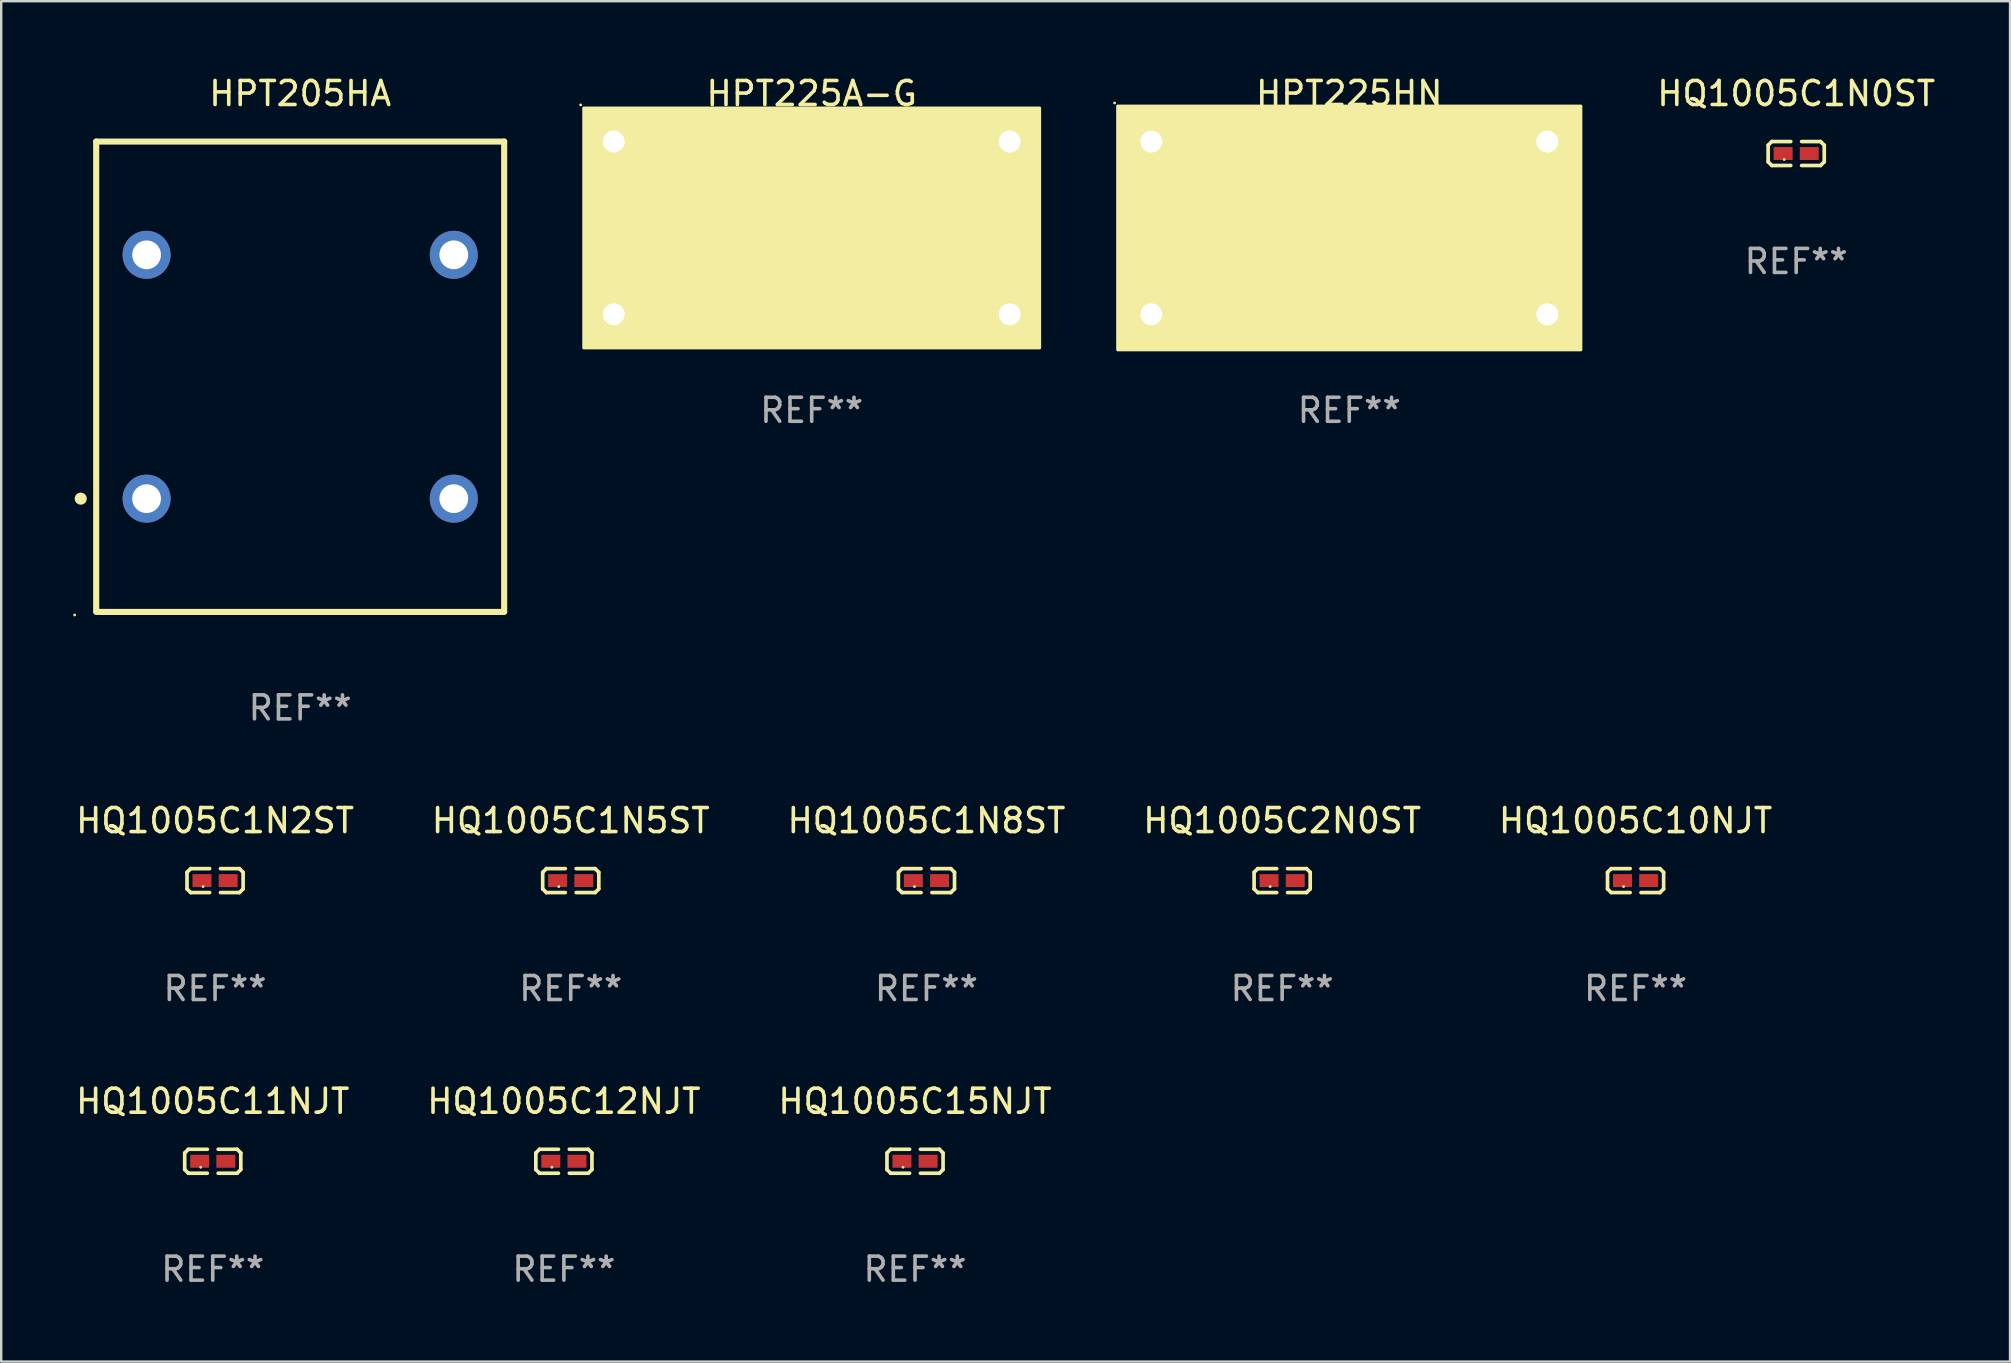
<source format=kicad_pcb>
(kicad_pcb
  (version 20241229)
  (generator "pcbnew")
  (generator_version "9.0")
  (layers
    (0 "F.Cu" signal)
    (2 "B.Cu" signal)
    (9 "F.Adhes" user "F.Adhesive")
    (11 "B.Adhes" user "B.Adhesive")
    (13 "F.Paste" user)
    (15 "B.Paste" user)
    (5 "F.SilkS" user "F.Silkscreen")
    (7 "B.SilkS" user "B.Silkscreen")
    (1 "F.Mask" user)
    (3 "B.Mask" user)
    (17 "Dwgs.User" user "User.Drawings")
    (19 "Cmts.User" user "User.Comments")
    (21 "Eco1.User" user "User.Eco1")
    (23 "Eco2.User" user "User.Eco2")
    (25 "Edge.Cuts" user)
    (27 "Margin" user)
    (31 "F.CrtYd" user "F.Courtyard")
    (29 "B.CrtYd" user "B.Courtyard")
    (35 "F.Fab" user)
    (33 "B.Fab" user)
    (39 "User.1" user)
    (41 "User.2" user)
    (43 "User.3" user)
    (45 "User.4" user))
  (footprint "HPT225HN"
    (layer "F.Cu")
    (at 53.171 6.448)
    (property "Reference" "HPT225HN" (at 0 -5.6 0) (layer "F.SilkS") (effects (font (size 1 1) (thickness 0.15))))
    (attr through_hole)
    (fp_circle (center -9.779 -5.207) (end -9.749 -5.207) (stroke (width 0.06) (type solid)) (fill no) (layer "F.SilkS"))
    (fp_poly (pts (xy -9.652 -5.08) (xy 9.652 -5.08) (xy 9.652 5.08) (xy -9.652 5.08)) (stroke (width 0.12) (type solid)) (fill yes) (layer "F.SilkS"))
    (fp_text user "REF**" (at 0 7.6 0) (layer "F.Fab") (effects (font (size 1 1) (thickness 0.15))))
    (pad "1" thru_hole rect (at -8.25 -3.6) (size 1.524 1.524) (drill 0.914) (layers "*.Cu" "*.Mask"))
    (pad "2" thru_hole circle (at -8.25 3.6) (size 1.524 1.524) (drill 0.914) (layers "*.Cu" "*.Mask"))
    (pad "3" thru_hole circle (at 8.25 3.6) (size 1.524 1.524) (drill 0.914) (layers "*.Cu" "*.Mask"))
    (pad "4" thru_hole rect (at 8.25 -3.6) (size 1.524 1.524) (drill 0.914) (layers "*.Cu" "*.Mask")))
  (footprint "HQ1005C1N2ST"
    (layer "F.Cu")
    (at 5.911 33.643)
    (property "Reference" "HQ1005C1N2ST" (at 0 -2.499 0) (layer "F.SilkS") (effects (font (size 1 1) (thickness 0.15))))
    (attr through_hole)
    (fp_line (start -1.169 -0.346) (end -1.016 -0.499) (stroke (width 0.152) (type solid)) (layer "F.SilkS"))
    (fp_line (start -1.169 0.346) (end -1.169 -0.346) (stroke (width 0.152) (type solid)) (layer "F.SilkS"))
    (fp_line (start -1.016 -0.499) (end -0.226 -0.499) (stroke (width 0.152) (type solid)) (layer "F.SilkS"))
    (fp_line (start -1.016 0.499) (end -1.169 0.346) (stroke (width 0.152) (type solid)) (layer "F.SilkS"))
    (fp_line (start -0.226 0.499) (end -1.016 0.499) (stroke (width 0.152) (type solid)) (layer "F.SilkS"))
    (fp_line (start 0.226 0.499) (end 1.016 0.499) (stroke (width 0.152) (type solid)) (layer "F.SilkS"))
    (fp_line (start 1.016 -0.499) (end 0.226 -0.499) (stroke (width 0.152) (type solid)) (layer "F.SilkS"))
    (fp_line (start 1.016 0.499) (end 1.169 0.346) (stroke (width 0.152) (type solid)) (layer "F.SilkS"))
    (fp_line (start 1.169 -0.346) (end 1.016 -0.499) (stroke (width 0.152) (type solid)) (layer "F.SilkS"))
    (fp_line (start 1.169 0.346) (end 1.169 -0.346) (stroke (width 0.152) (type solid)) (layer "F.SilkS"))
    (fp_circle (center -0.5 0.25) (end -0.47 0.25) (stroke (width 0.06) (type solid)) (fill no) (layer "F.SilkS"))
    (fp_text user "REF**" (at 0 4.499 0) (layer "F.Fab") (effects (font (size 1 1) (thickness 0.15))))
    (pad "1" smd rect (at -0.545 0) (size 0.79 0.54) (layers "F.Cu" "F.Mask" "F.Paste"))
    (pad "2" smd rect (at 0.545 0) (size 0.79 0.54) (layers "F.Cu" "F.Mask" "F.Paste")))
  (footprint "HQ1005C15NJT"
    (layer "F.Cu")
    (at 35.077 45.337)
    (property "Reference" "HQ1005C15NJT" (at 0 -2.499 0) (layer "F.SilkS") (effects (font (size 1 1) (thickness 0.15))))
    (attr through_hole)
    (fp_line (start -1.169 -0.346) (end -1.016 -0.499) (stroke (width 0.152) (type solid)) (layer "F.SilkS"))
    (fp_line (start -1.169 0.346) (end -1.169 -0.346) (stroke (width 0.152) (type solid)) (layer "F.SilkS"))
    (fp_line (start -1.016 -0.499) (end -0.226 -0.499) (stroke (width 0.152) (type solid)) (layer "F.SilkS"))
    (fp_line (start -1.016 0.499) (end -1.169 0.346) (stroke (width 0.152) (type solid)) (layer "F.SilkS"))
    (fp_line (start -0.226 0.499) (end -1.016 0.499) (stroke (width 0.152) (type solid)) (layer "F.SilkS"))
    (fp_line (start 0.226 0.499) (end 1.016 0.499) (stroke (width 0.152) (type solid)) (layer "F.SilkS"))
    (fp_line (start 1.016 -0.499) (end 0.226 -0.499) (stroke (width 0.152) (type solid)) (layer "F.SilkS"))
    (fp_line (start 1.016 0.499) (end 1.169 0.346) (stroke (width 0.152) (type solid)) (layer "F.SilkS"))
    (fp_line (start 1.169 -0.346) (end 1.016 -0.499) (stroke (width 0.152) (type solid)) (layer "F.SilkS"))
    (fp_line (start 1.169 0.346) (end 1.169 -0.346) (stroke (width 0.152) (type solid)) (layer "F.SilkS"))
    (fp_circle (center -0.5 0.25) (end -0.47 0.25) (stroke (width 0.06) (type solid)) (fill no) (layer "F.SilkS"))
    (fp_text user "REF**" (at 0 4.499 0) (layer "F.Fab") (effects (font (size 1 1) (thickness 0.15))))
    (pad "1" smd rect (at -0.545 0) (size 0.79 0.54) (layers "F.Cu" "F.Mask" "F.Paste"))
    (pad "2" smd rect (at 0.545 0) (size 0.79 0.54) (layers "F.Cu" "F.Mask" "F.Paste")))
  (footprint "HQ1005C12NJT"
    (layer "F.Cu")
    (at 20.446 45.337)
    (property "Reference" "HQ1005C12NJT" (at 0 -2.499 0) (layer "F.SilkS") (effects (font (size 1 1) (thickness 0.15))))
    (attr through_hole)
    (fp_line (start -1.169 -0.346) (end -1.016 -0.499) (stroke (width 0.152) (type solid)) (layer "F.SilkS"))
    (fp_line (start -1.169 0.346) (end -1.169 -0.346) (stroke (width 0.152) (type solid)) (layer "F.SilkS"))
    (fp_line (start -1.016 -0.499) (end -0.226 -0.499) (stroke (width 0.152) (type solid)) (layer "F.SilkS"))
    (fp_line (start -1.016 0.499) (end -1.169 0.346) (stroke (width 0.152) (type solid)) (layer "F.SilkS"))
    (fp_line (start -0.226 0.499) (end -1.016 0.499) (stroke (width 0.152) (type solid)) (layer "F.SilkS"))
    (fp_line (start 0.226 0.499) (end 1.016 0.499) (stroke (width 0.152) (type solid)) (layer "F.SilkS"))
    (fp_line (start 1.016 -0.499) (end 0.226 -0.499) (stroke (width 0.152) (type solid)) (layer "F.SilkS"))
    (fp_line (start 1.016 0.499) (end 1.169 0.346) (stroke (width 0.152) (type solid)) (layer "F.SilkS"))
    (fp_line (start 1.169 -0.346) (end 1.016 -0.499) (stroke (width 0.152) (type solid)) (layer "F.SilkS"))
    (fp_line (start 1.169 0.346) (end 1.169 -0.346) (stroke (width 0.152) (type solid)) (layer "F.SilkS"))
    (fp_circle (center -0.5 0.25) (end -0.47 0.25) (stroke (width 0.06) (type solid)) (fill no) (layer "F.SilkS"))
    (fp_text user "REF**" (at 0 4.499 0) (layer "F.Fab") (effects (font (size 1 1) (thickness 0.15))))
    (pad "1" smd rect (at -0.545 0) (size 0.79 0.54) (layers "F.Cu" "F.Mask" "F.Paste"))
    (pad "2" smd rect (at 0.545 0) (size 0.79 0.54) (layers "F.Cu" "F.Mask" "F.Paste")))
  (footprint "HQ1005C2N0ST"
    (layer "F.Cu")
    (at 50.375 33.643)
    (property "Reference" "HQ1005C2N0ST" (at 0 -2.499 0) (layer "F.SilkS") (effects (font (size 1 1) (thickness 0.15))))
    (attr through_hole)
    (fp_line (start -1.169 -0.346) (end -1.016 -0.499) (stroke (width 0.152) (type solid)) (layer "F.SilkS"))
    (fp_line (start -1.169 0.346) (end -1.169 -0.346) (stroke (width 0.152) (type solid)) (layer "F.SilkS"))
    (fp_line (start -1.016 -0.499) (end -0.226 -0.499) (stroke (width 0.152) (type solid)) (layer "F.SilkS"))
    (fp_line (start -1.016 0.499) (end -1.169 0.346) (stroke (width 0.152) (type solid)) (layer "F.SilkS"))
    (fp_line (start -0.226 0.499) (end -1.016 0.499) (stroke (width 0.152) (type solid)) (layer "F.SilkS"))
    (fp_line (start 0.226 0.499) (end 1.016 0.499) (stroke (width 0.152) (type solid)) (layer "F.SilkS"))
    (fp_line (start 1.016 -0.499) (end 0.226 -0.499) (stroke (width 0.152) (type solid)) (layer "F.SilkS"))
    (fp_line (start 1.016 0.499) (end 1.169 0.346) (stroke (width 0.152) (type solid)) (layer "F.SilkS"))
    (fp_line (start 1.169 -0.346) (end 1.016 -0.499) (stroke (width 0.152) (type solid)) (layer "F.SilkS"))
    (fp_line (start 1.169 0.346) (end 1.169 -0.346) (stroke (width 0.152) (type solid)) (layer "F.SilkS"))
    (fp_circle (center -0.5 0.25) (end -0.47 0.25) (stroke (width 0.06) (type solid)) (fill no) (layer "F.SilkS"))
    (fp_text user "REF**" (at 0 4.499 0) (layer "F.Fab") (effects (font (size 1 1) (thickness 0.15))))
    (pad "1" smd rect (at -0.545 0) (size 0.79 0.54) (layers "F.Cu" "F.Mask" "F.Paste"))
    (pad "2" smd rect (at 0.545 0) (size 0.79 0.54) (layers "F.Cu" "F.Mask" "F.Paste")))
  (footprint "HQ1005C11NJT"
    (layer "F.Cu")
    (at 5.815 45.337)
    (property "Reference" "HQ1005C11NJT" (at 0 -2.499 0) (layer "F.SilkS") (effects (font (size 1 1) (thickness 0.15))))
    (attr through_hole)
    (fp_line (start -1.169 -0.346) (end -1.016 -0.499) (stroke (width 0.152) (type solid)) (layer "F.SilkS"))
    (fp_line (start -1.169 0.346) (end -1.169 -0.346) (stroke (width 0.152) (type solid)) (layer "F.SilkS"))
    (fp_line (start -1.016 -0.499) (end -0.226 -0.499) (stroke (width 0.152) (type solid)) (layer "F.SilkS"))
    (fp_line (start -1.016 0.499) (end -1.169 0.346) (stroke (width 0.152) (type solid)) (layer "F.SilkS"))
    (fp_line (start -0.226 0.499) (end -1.016 0.499) (stroke (width 0.152) (type solid)) (layer "F.SilkS"))
    (fp_line (start 0.226 0.499) (end 1.016 0.499) (stroke (width 0.152) (type solid)) (layer "F.SilkS"))
    (fp_line (start 1.016 -0.499) (end 0.226 -0.499) (stroke (width 0.152) (type solid)) (layer "F.SilkS"))
    (fp_line (start 1.016 0.499) (end 1.169 0.346) (stroke (width 0.152) (type solid)) (layer "F.SilkS"))
    (fp_line (start 1.169 -0.346) (end 1.016 -0.499) (stroke (width 0.152) (type solid)) (layer "F.SilkS"))
    (fp_line (start 1.169 0.346) (end 1.169 -0.346) (stroke (width 0.152) (type solid)) (layer "F.SilkS"))
    (fp_circle (center -0.5 0.25) (end -0.47 0.25) (stroke (width 0.06) (type solid)) (fill no) (layer "F.SilkS"))
    (fp_text user "REF**" (at 0 4.499 0) (layer "F.Fab") (effects (font (size 1 1) (thickness 0.15))))
    (pad "1" smd rect (at -0.545 0) (size 0.79 0.54) (layers "F.Cu" "F.Mask" "F.Paste"))
    (pad "2" smd rect (at 0.545 0) (size 0.79 0.54) (layers "F.Cu" "F.Mask" "F.Paste")))
  (footprint "HPT205HA"
    (layer "F.Cu")
    (at 9.458 12.648)
    (property "Reference" "HPT205HA" (at 0 -11.8 0) (layer "F.SilkS") (effects (font (size 1 1) (thickness 0.15))))
    (attr through_hole)
    (fp_line (start -8.5 -9.8) (end -8.5 9.779) (stroke (width 0.254) (type solid)) (layer "F.SilkS"))
    (fp_line (start -8.5 -9.8) (end 8.5 -9.8) (stroke (width 0.254) (type solid)) (layer "F.SilkS"))
    (fp_line (start -8.5 9.8) (end 8.5 9.8) (stroke (width 0.254) (type solid)) (layer "F.SilkS"))
    (fp_line (start 8.5 -9.8) (end 8.5 9.779) (stroke (width 0.254) (type solid)) (layer "F.SilkS"))
    (fp_circle (center -9.398 9.927) (end -9.368 9.927) (stroke (width 0.06) (type solid)) (fill no) (layer "F.SilkS"))
    (fp_circle (center -9.144 5.08) (end -9.017 5.08) (stroke (width 0.254) (type solid)) (fill no) (layer "F.SilkS"))
    (fp_text user "REF**" (at 0 13.8 0) (layer "F.Fab") (effects (font (size 1 1) (thickness 0.15))))
    (pad "1" thru_hole circle (at -6.4 5.08) (size 2 2) (drill 1.2) (layers "*.Cu" "*.Mask"))
    (pad "2" thru_hole circle (at 6.4 5.08) (size 2 2) (drill 1.2) (layers "*.Cu" "*.Mask"))
    (pad "3" thru_hole circle (at -6.4 -5.08) (size 2 2) (drill 1.2) (layers "*.Cu" "*.Mask"))
    (pad "4" thru_hole circle (at 6.4 -5.08) (size 2 2) (drill 1.2) (layers "*.Cu" "*.Mask")))
  (footprint "HQ1005C1N5ST"
    (layer "F.Cu")
    (at 20.732 33.643)
    (property "Reference" "HQ1005C1N5ST" (at 0 -2.499 0) (layer "F.SilkS") (effects (font (size 1 1) (thickness 0.15))))
    (attr through_hole)
    (fp_line (start -1.169 -0.346) (end -1.016 -0.499) (stroke (width 0.152) (type solid)) (layer "F.SilkS"))
    (fp_line (start -1.169 0.346) (end -1.169 -0.346) (stroke (width 0.152) (type solid)) (layer "F.SilkS"))
    (fp_line (start -1.016 -0.499) (end -0.226 -0.499) (stroke (width 0.152) (type solid)) (layer "F.SilkS"))
    (fp_line (start -1.016 0.499) (end -1.169 0.346) (stroke (width 0.152) (type solid)) (layer "F.SilkS"))
    (fp_line (start -0.226 0.499) (end -1.016 0.499) (stroke (width 0.152) (type solid)) (layer "F.SilkS"))
    (fp_line (start 0.226 0.499) (end 1.016 0.499) (stroke (width 0.152) (type solid)) (layer "F.SilkS"))
    (fp_line (start 1.016 -0.499) (end 0.226 -0.499) (stroke (width 0.152) (type solid)) (layer "F.SilkS"))
    (fp_line (start 1.016 0.499) (end 1.169 0.346) (stroke (width 0.152) (type solid)) (layer "F.SilkS"))
    (fp_line (start 1.169 -0.346) (end 1.016 -0.499) (stroke (width 0.152) (type solid)) (layer "F.SilkS"))
    (fp_line (start 1.169 0.346) (end 1.169 -0.346) (stroke (width 0.152) (type solid)) (layer "F.SilkS"))
    (fp_circle (center -0.5 0.25) (end -0.47 0.25) (stroke (width 0.06) (type solid)) (fill no) (layer "F.SilkS"))
    (fp_text user "REF**" (at 0 4.499 0) (layer "F.Fab") (effects (font (size 1 1) (thickness 0.15))))
    (pad "1" smd rect (at -0.545 0) (size 0.79 0.54) (layers "F.Cu" "F.Mask" "F.Paste"))
    (pad "2" smd rect (at 0.545 0) (size 0.79 0.54) (layers "F.Cu" "F.Mask" "F.Paste")))
  (footprint "HQ1005C1N0ST"
    (layer "F.Cu")
    (at 71.794 3.347)
    (property "Reference" "HQ1005C1N0ST" (at 0 -2.499 0) (layer "F.SilkS") (effects (font (size 1 1) (thickness 0.15))))
    (attr through_hole)
    (fp_line (start -1.169 -0.346) (end -1.016 -0.499) (stroke (width 0.152) (type solid)) (layer "F.SilkS"))
    (fp_line (start -1.169 0.346) (end -1.169 -0.346) (stroke (width 0.152) (type solid)) (layer "F.SilkS"))
    (fp_line (start -1.016 -0.499) (end -0.226 -0.499) (stroke (width 0.152) (type solid)) (layer "F.SilkS"))
    (fp_line (start -1.016 0.499) (end -1.169 0.346) (stroke (width 0.152) (type solid)) (layer "F.SilkS"))
    (fp_line (start -0.226 0.499) (end -1.016 0.499) (stroke (width 0.152) (type solid)) (layer "F.SilkS"))
    (fp_line (start 0.226 0.499) (end 1.016 0.499) (stroke (width 0.152) (type solid)) (layer "F.SilkS"))
    (fp_line (start 1.016 -0.499) (end 0.226 -0.499) (stroke (width 0.152) (type solid)) (layer "F.SilkS"))
    (fp_line (start 1.016 0.499) (end 1.169 0.346) (stroke (width 0.152) (type solid)) (layer "F.SilkS"))
    (fp_line (start 1.169 -0.346) (end 1.016 -0.499) (stroke (width 0.152) (type solid)) (layer "F.SilkS"))
    (fp_line (start 1.169 0.346) (end 1.169 -0.346) (stroke (width 0.152) (type solid)) (layer "F.SilkS"))
    (fp_circle (center -0.5 0.25) (end -0.47 0.25) (stroke (width 0.06) (type solid)) (fill no) (layer "F.SilkS"))
    (fp_text user "REF**" (at 0 4.499 0) (layer "F.Fab") (effects (font (size 1 1) (thickness 0.15))))
    (pad "1" smd rect (at -0.545 0) (size 0.79 0.54) (layers "F.Cu" "F.Mask" "F.Paste"))
    (pad "2" smd rect (at 0.545 0) (size 0.79 0.54) (layers "F.Cu" "F.Mask" "F.Paste")))
  (footprint "HQ1005C10NJT"
    (layer "F.Cu")
    (at 65.101 33.643)
    (property "Reference" "HQ1005C10NJT" (at 0 -2.499 0) (layer "F.SilkS") (effects (font (size 1 1) (thickness 0.15))))
    (attr through_hole)
    (fp_line (start -1.169 -0.346) (end -1.016 -0.499) (stroke (width 0.152) (type solid)) (layer "F.SilkS"))
    (fp_line (start -1.169 0.346) (end -1.169 -0.346) (stroke (width 0.152) (type solid)) (layer "F.SilkS"))
    (fp_line (start -1.016 -0.499) (end -0.226 -0.499) (stroke (width 0.152) (type solid)) (layer "F.SilkS"))
    (fp_line (start -1.016 0.499) (end -1.169 0.346) (stroke (width 0.152) (type solid)) (layer "F.SilkS"))
    (fp_line (start -0.226 0.499) (end -1.016 0.499) (stroke (width 0.152) (type solid)) (layer "F.SilkS"))
    (fp_line (start 0.226 0.499) (end 1.016 0.499) (stroke (width 0.152) (type solid)) (layer "F.SilkS"))
    (fp_line (start 1.016 -0.499) (end 0.226 -0.499) (stroke (width 0.152) (type solid)) (layer "F.SilkS"))
    (fp_line (start 1.016 0.499) (end 1.169 0.346) (stroke (width 0.152) (type solid)) (layer "F.SilkS"))
    (fp_line (start 1.169 -0.346) (end 1.016 -0.499) (stroke (width 0.152) (type solid)) (layer "F.SilkS"))
    (fp_line (start 1.169 0.346) (end 1.169 -0.346) (stroke (width 0.152) (type solid)) (layer "F.SilkS"))
    (fp_circle (center -0.5 0.25) (end -0.47 0.25) (stroke (width 0.06) (type solid)) (fill no) (layer "F.SilkS"))
    (fp_text user "REF**" (at 0 4.499 0) (layer "F.Fab") (effects (font (size 1 1) (thickness 0.15))))
    (pad "1" smd rect (at -0.545 0) (size 0.79 0.54) (layers "F.Cu" "F.Mask" "F.Paste"))
    (pad "2" smd rect (at 0.545 0) (size 0.79 0.54) (layers "F.Cu" "F.Mask" "F.Paste")))
  (footprint "HQ1005C1N8ST"
    (layer "F.Cu")
    (at 35.554 33.643)
    (property "Reference" "HQ1005C1N8ST" (at 0 -2.499 0) (layer "F.SilkS") (effects (font (size 1 1) (thickness 0.15))))
    (attr through_hole)
    (fp_line (start -1.169 -0.346) (end -1.016 -0.499) (stroke (width 0.152) (type solid)) (layer "F.SilkS"))
    (fp_line (start -1.169 0.346) (end -1.169 -0.346) (stroke (width 0.152) (type solid)) (layer "F.SilkS"))
    (fp_line (start -1.016 -0.499) (end -0.226 -0.499) (stroke (width 0.152) (type solid)) (layer "F.SilkS"))
    (fp_line (start -1.016 0.499) (end -1.169 0.346) (stroke (width 0.152) (type solid)) (layer "F.SilkS"))
    (fp_line (start -0.226 0.499) (end -1.016 0.499) (stroke (width 0.152) (type solid)) (layer "F.SilkS"))
    (fp_line (start 0.226 0.499) (end 1.016 0.499) (stroke (width 0.152) (type solid)) (layer "F.SilkS"))
    (fp_line (start 1.016 -0.499) (end 0.226 -0.499) (stroke (width 0.152) (type solid)) (layer "F.SilkS"))
    (fp_line (start 1.016 0.499) (end 1.169 0.346) (stroke (width 0.152) (type solid)) (layer "F.SilkS"))
    (fp_line (start 1.169 -0.346) (end 1.016 -0.499) (stroke (width 0.152) (type solid)) (layer "F.SilkS"))
    (fp_line (start 1.169 0.346) (end 1.169 -0.346) (stroke (width 0.152) (type solid)) (layer "F.SilkS"))
    (fp_circle (center -0.5 0.25) (end -0.47 0.25) (stroke (width 0.06) (type solid)) (fill no) (layer "F.SilkS"))
    (fp_text user "REF**" (at 0 4.499 0) (layer "F.Fab") (effects (font (size 1 1) (thickness 0.15))))
    (pad "1" smd rect (at -0.545 0) (size 0.79 0.54) (layers "F.Cu" "F.Mask" "F.Paste"))
    (pad "2" smd rect (at 0.545 0) (size 0.79 0.54) (layers "F.Cu" "F.Mask" "F.Paste")))
  (footprint "HPT225A-G"
    (layer "F.Cu")
    (at 30.772 6.448)
    (property "Reference" "HPT225A-G" (at 0 -5.6 0) (layer "F.SilkS") (effects (font (size 1 1) (thickness 0.15))))
    (attr through_hole)
    (fp_arc (start -7.937516 -0.635001) (mid -8.08742 -1.270003) (end -7.937516 -1.905004) (stroke (width 0.254001) (type solid)) (layer "F.SilkS"))
    (fp_arc (start -7.937516 0.635002) (mid -8.08742 0) (end -7.937516 -0.635001) (stroke (width 0.254001) (type solid)) (layer "F.SilkS"))
    (fp_arc (start -7.937516 1.905004) (mid -8.087419 1.270003) (end -7.937516 0.635001) (stroke (width 0.254001) (type solid)) (layer "F.SilkS"))
    (fp_arc (start 8.572517 -0.635001) (mid 8.422613 -1.270003) (end 8.572517 -1.905004) (stroke (width 0.254001) (type solid)) (layer "F.SilkS"))
    (fp_arc (start 8.572517 0.635002) (mid 8.422613 0) (end 8.572517 -0.635001) (stroke (width 0.254001) (type solid)) (layer "F.SilkS"))
    (fp_arc (start 8.572517 1.905004) (mid 8.422614 1.270003) (end 8.572517 0.635001) (stroke (width 0.254001) (type solid)) (layer "F.SilkS"))
    (fp_circle (center -9.627 -5.127) (end -9.597 -5.127) (stroke (width 0.06) (type solid)) (fill no) (layer "F.SilkS"))
    (fp_circle (center -6.35 -2.54) (end -6.066 -2.54) (stroke (width 0.254) (type solid)) (fill no) (layer "F.SilkS"))
    (fp_circle (center 6.35 -2.54) (end 6.634 -2.54) (stroke (width 0.254) (type solid)) (fill no) (layer "F.SilkS"))
    (fp_poly (pts (xy -9.5 -5) (xy 9.5 -5) (xy 9.5 5) (xy -9.5 5)) (stroke (width 0.12) (type solid)) (fill yes) (layer "F.SilkS"))
    (fp_text user "REF**" (at 0 7.6 0) (layer "F.Fab") (effects (font (size 1 1) (thickness 0.15))))
    (pad "1" thru_hole circle (at -8.25 -3.6) (size 1.524 1.524) (drill 0.914) (layers "*.Cu" "*.Mask"))
    (pad "2" thru_hole circle (at -8.25 3.6) (size 1.524 1.524) (drill 0.914) (layers "*.Cu" "*.Mask"))
    (pad "3" thru_hole circle (at 8.25 -3.6) (size 1.524 1.524) (drill 0.914) (layers "*.Cu" "*.Mask"))
    (pad "4" thru_hole circle (at 8.25 3.6) (size 1.524 1.524) (drill 0.914) (layers "*.Cu" "*.Mask")))
  (gr_rect
    (start -3 -3)
    (end 80.704 53.684)
    (stroke (width 0.1) (type default))
    (fill no)
    (layer "Edge.Cuts")))
</source>
